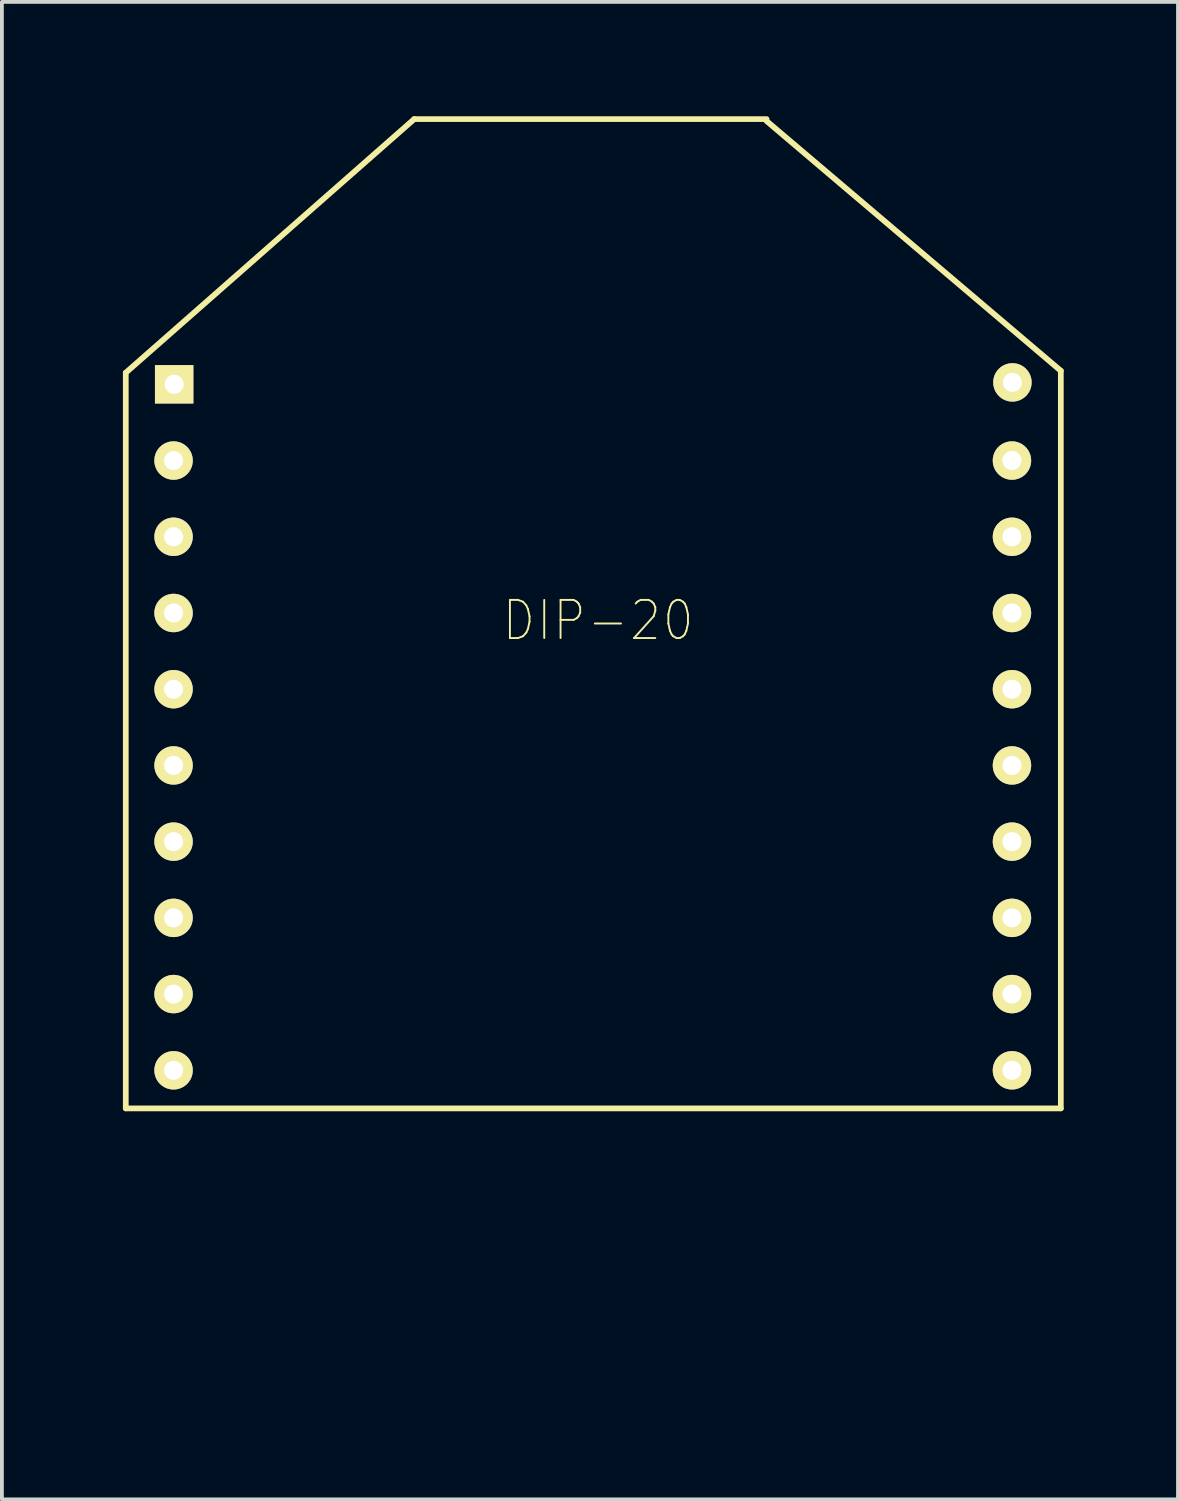
<source format=kicad_pcb>
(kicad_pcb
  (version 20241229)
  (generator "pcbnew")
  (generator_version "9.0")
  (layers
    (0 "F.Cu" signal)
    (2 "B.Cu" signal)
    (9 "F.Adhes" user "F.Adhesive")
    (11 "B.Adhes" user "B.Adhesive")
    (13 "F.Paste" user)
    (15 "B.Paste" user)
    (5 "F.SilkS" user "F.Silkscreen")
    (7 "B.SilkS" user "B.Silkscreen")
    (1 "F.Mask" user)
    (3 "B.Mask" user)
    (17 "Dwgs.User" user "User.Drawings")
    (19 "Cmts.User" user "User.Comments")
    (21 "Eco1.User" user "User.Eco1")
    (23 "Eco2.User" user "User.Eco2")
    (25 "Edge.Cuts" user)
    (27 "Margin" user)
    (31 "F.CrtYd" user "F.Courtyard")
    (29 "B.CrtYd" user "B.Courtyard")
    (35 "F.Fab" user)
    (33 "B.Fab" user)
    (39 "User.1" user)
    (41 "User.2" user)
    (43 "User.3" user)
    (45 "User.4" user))
  (footprint "DIP-20"
    (layer "F.Cu")
    (at 0.25 33.044)
    (property "Reference" "DIP-20" (at 12.395 -19.812 0) (layer "F.SilkS") (effects (font (size 1 0.9) (thickness 0.05))))
    (attr through_hole)
    (fp_line (start 0 -26.314) (end 7.569 -32.969) (stroke (width 0.15) (type solid)) (layer "F.SilkS"))
    (fp_line (start 0 -7.01) (end 0 -26.314) (stroke (width 0.15) (type solid)) (layer "F.SilkS"))
    (fp_line (start 7.569 -32.969) (end 16.815 -32.969) (stroke (width 0.15) (type solid)) (layer "F.SilkS"))
    (fp_line (start 16.815 -32.918) (end 24.536 -26.365) (stroke (width 0.15) (type solid)) (layer "F.SilkS"))
    (fp_line (start 24.536 -26.365) (end 24.536 -7.01) (stroke (width 0.15) (type solid)) (layer "F.SilkS"))
    (fp_line (start 24.536 -7.01) (end 0 -7.01) (stroke (width 0.15) (type solid)) (layer "F.SilkS"))
    (pad "1" thru_hole rect (at 1.27 -26.01) (size 1.008 1.008) (drill 0.5) (layers "*.Cu" "*.Mask" "F.SilkS"))
    (pad "2" thru_hole circle (at 1.254 -24.009) (size 1.008 1.008) (drill 0.5) (layers "*.Cu" "*.Mask" "F.SilkS"))
    (pad "3" thru_hole circle (at 1.254 -22.009) (size 1.008 1.008) (drill 0.5) (layers "*.Cu" "*.Mask" "F.SilkS"))
    (pad "4" thru_hole circle (at 1.254 -20.009) (size 1.008 1.008) (drill 0.5) (layers "*.Cu" "*.Mask" "F.SilkS"))
    (pad "5" thru_hole circle (at 1.254 -18.009) (size 1.008 1.008) (drill 0.5) (layers "*.Cu" "*.Mask" "F.SilkS"))
    (pad "6" thru_hole circle (at 1.254 -16.009) (size 1.008 1.008) (drill 0.5) (layers "*.Cu" "*.Mask" "F.SilkS"))
    (pad "7" thru_hole circle (at 1.254 -14.009) (size 1.008 1.008) (drill 0.5) (layers "*.Cu" "*.Mask" "F.SilkS"))
    (pad "8" thru_hole circle (at 1.254 -12.009) (size 1.008 1.008) (drill 0.5) (layers "*.Cu" "*.Mask" "F.SilkS"))
    (pad "9" thru_hole circle (at 1.254 -10.009) (size 1.008 1.008) (drill 0.5) (layers "*.Cu" "*.Mask" "F.SilkS"))
    (pad "10" thru_hole circle (at 1.254 -8.009) (size 1.008 1.008) (drill 0.5) (layers "*.Cu" "*.Mask" "F.SilkS"))
    (pad "11" thru_hole circle (at 23.254 -8.009) (size 1.008 1.008) (drill 0.5) (layers "*.Cu" "*.Mask" "F.SilkS"))
    (pad "12" thru_hole circle (at 23.254 -10.009) (size 1.008 1.008) (drill 0.5) (layers "*.Cu" "*.Mask" "F.SilkS"))
    (pad "13" thru_hole circle (at 23.254 -12.009) (size 1.008 1.008) (drill 0.5) (layers "*.Cu" "*.Mask" "F.SilkS"))
    (pad "14" thru_hole circle (at 23.254 -14.009) (size 1.008 1.008) (drill 0.5) (layers "*.Cu" "*.Mask" "F.SilkS"))
    (pad "15" thru_hole circle (at 23.254 -16.009) (size 1.008 1.008) (drill 0.5) (layers "*.Cu" "*.Mask" "F.SilkS"))
    (pad "16" thru_hole circle (at 23.254 -18.009) (size 1.008 1.008) (drill 0.5) (layers "*.Cu" "*.Mask" "F.SilkS"))
    (pad "17" thru_hole circle (at 23.254 -20.009) (size 1.008 1.008) (drill 0.5) (layers "*.Cu" "*.Mask" "F.SilkS"))
    (pad "18" thru_hole circle (at 23.254 -22.009) (size 1.008 1.008) (drill 0.5) (layers "*.Cu" "*.Mask" "F.SilkS"))
    (pad "19" thru_hole circle (at 23.254 -24.009) (size 1.008 1.008) (drill 0.5) (layers "*.Cu" "*.Mask" "F.SilkS"))
    (pad "20" thru_hole circle (at 23.266 -26.06) (size 1.008 1.008) (drill 0.5) (layers "*.Cu" "*.Mask" "F.SilkS")))
  (gr_rect
    (start -3 -3)
    (end 27.861 36.294)
    (stroke (width 0.1) (type default))
    (fill no)
    (layer "Edge.Cuts")))
</source>
